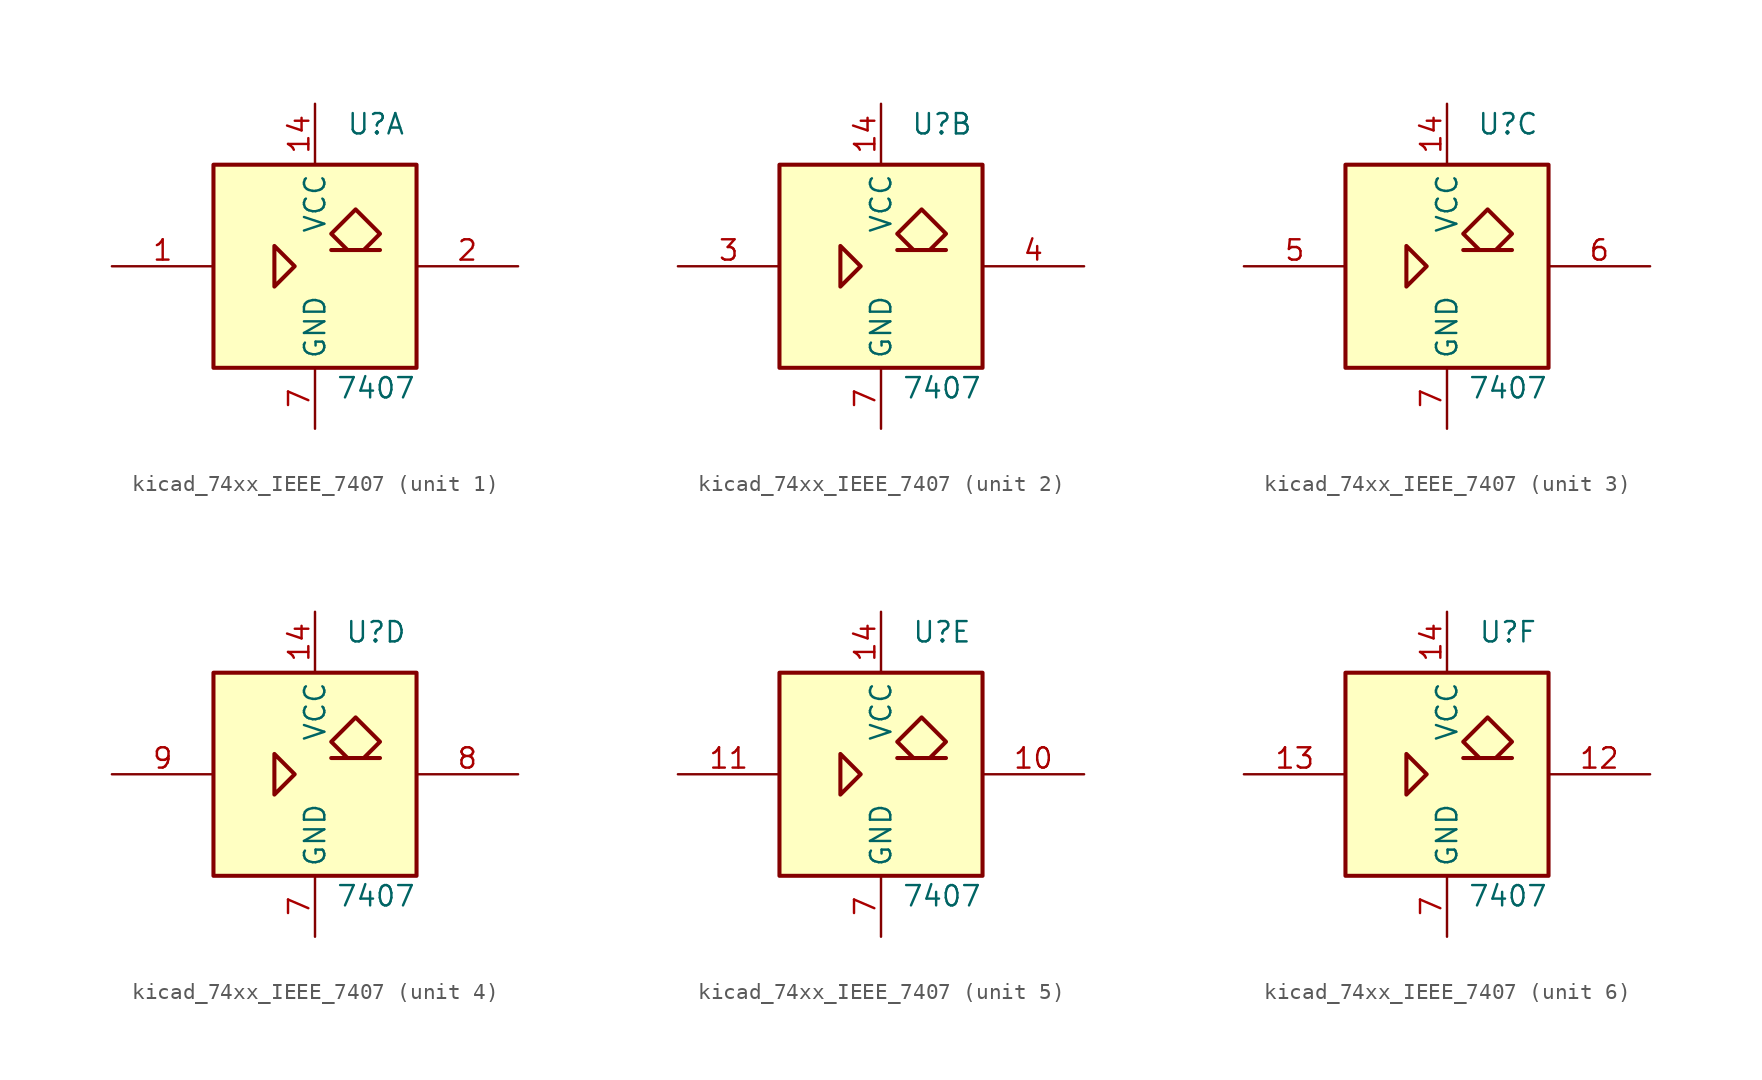
<source format=kicad_sym>
(kicad_symbol_lib
  (version 20220914)
  (generator kicad_symbol_editor)
  (symbol "kicad_74xx_IEEE_7407"
    (property "Reference" "U"
      (at 3.81 8.89 0)
      (effects (font (size 1.27 1.27))))
    (property "Value" "7407"
      (at 3.81 -7.62 0)
      (effects (font (size 1.27 1.27))))
    (symbol "kicad_74xx_IEEE_7407_0_1"
      (rectangle (start -6.35 6.35) (end 6.35 -6.35) (stroke (width 0.254) (type default)) (fill (type background)))
      (polyline (pts (xy -2.54 1.27) (xy -2.54 -1.27) (xy -1.27 0) (xy -2.54 1.27) (xy -2.54 1.27)) (stroke (width 0.254) (type default)) (fill (type background)))
      (polyline (pts (xy 3.048 1.016) (xy 4.064 2.032) (xy 2.54 3.556) (xy 1.016 2.032) (xy 2.032 1.016) (xy 1.016 1.016) (xy 4.064 1.016) (xy 4.064 1.016)) (stroke (width 0.254) (type default)) (fill (type background)))
      (pin power_in line (at 0 10.16 270) (length 3.81) (name "VCC" (effects (font (size 1.27 1.27)))) (number "14" (effects (font (size 1.27 1.27)))))
      (pin power_in line (at 0 -10.16 90) (length 3.81) (name "GND" (effects (font (size 1.27 1.27)))) (number "7" (effects (font (size 1.27 1.27))))))
    (symbol "kicad_74xx_IEEE_7407_1_1"
      (pin input line (at -12.7 0 0) (length 6.35) (name "~" (effects (font (size 1.27 1.27)))) (number "1" (effects (font (size 1.27 1.27)))))
      (pin open_collector line (at 12.7 0 180) (length 6.35) (name "~" (effects (font (size 1.27 1.27)))) (number "2" (effects (font (size 1.27 1.27))))))
    (symbol "kicad_74xx_IEEE_7407_2_1"
      (pin input line (at -12.7 0 0) (length 6.35) (name "~" (effects (font (size 1.27 1.27)))) (number "3" (effects (font (size 1.27 1.27)))))
      (pin open_collector line (at 12.7 0 180) (length 6.35) (name "~" (effects (font (size 1.27 1.27)))) (number "4" (effects (font (size 1.27 1.27))))))
    (symbol "kicad_74xx_IEEE_7407_3_1"
      (pin input line (at -12.7 0 0) (length 6.35) (name "~" (effects (font (size 1.27 1.27)))) (number "5" (effects (font (size 1.27 1.27)))))
      (pin open_collector line (at 12.7 0 180) (length 6.35) (name "~" (effects (font (size 1.27 1.27)))) (number "6" (effects (font (size 1.27 1.27))))))
    (symbol "kicad_74xx_IEEE_7407_4_1"
      (pin open_collector line (at 12.7 0 180) (length 6.35) (name "~" (effects (font (size 1.27 1.27)))) (number "8" (effects (font (size 1.27 1.27)))))
      (pin input line (at -12.7 0 0) (length 6.35) (name "~" (effects (font (size 1.27 1.27)))) (number "9" (effects (font (size 1.27 1.27))))))
    (symbol "kicad_74xx_IEEE_7407_5_1"
      (pin open_collector line (at 12.7 0 180) (length 6.35) (name "~" (effects (font (size 1.27 1.27)))) (number "10" (effects (font (size 1.27 1.27)))))
      (pin input line (at -12.7 0 0) (length 6.35) (name "~" (effects (font (size 1.27 1.27)))) (number "11" (effects (font (size 1.27 1.27))))))
    (symbol "kicad_74xx_IEEE_7407_6_1"
      (pin open_collector line (at 12.7 0 180) (length 6.35) (name "~" (effects (font (size 1.27 1.27)))) (number "12" (effects (font (size 1.27 1.27)))))
      (pin input line (at -12.7 0 0) (length 6.35) (name "~" (effects (font (size 1.27 1.27)))) (number "13" (effects (font (size 1.27 1.27))))))))
</source>
